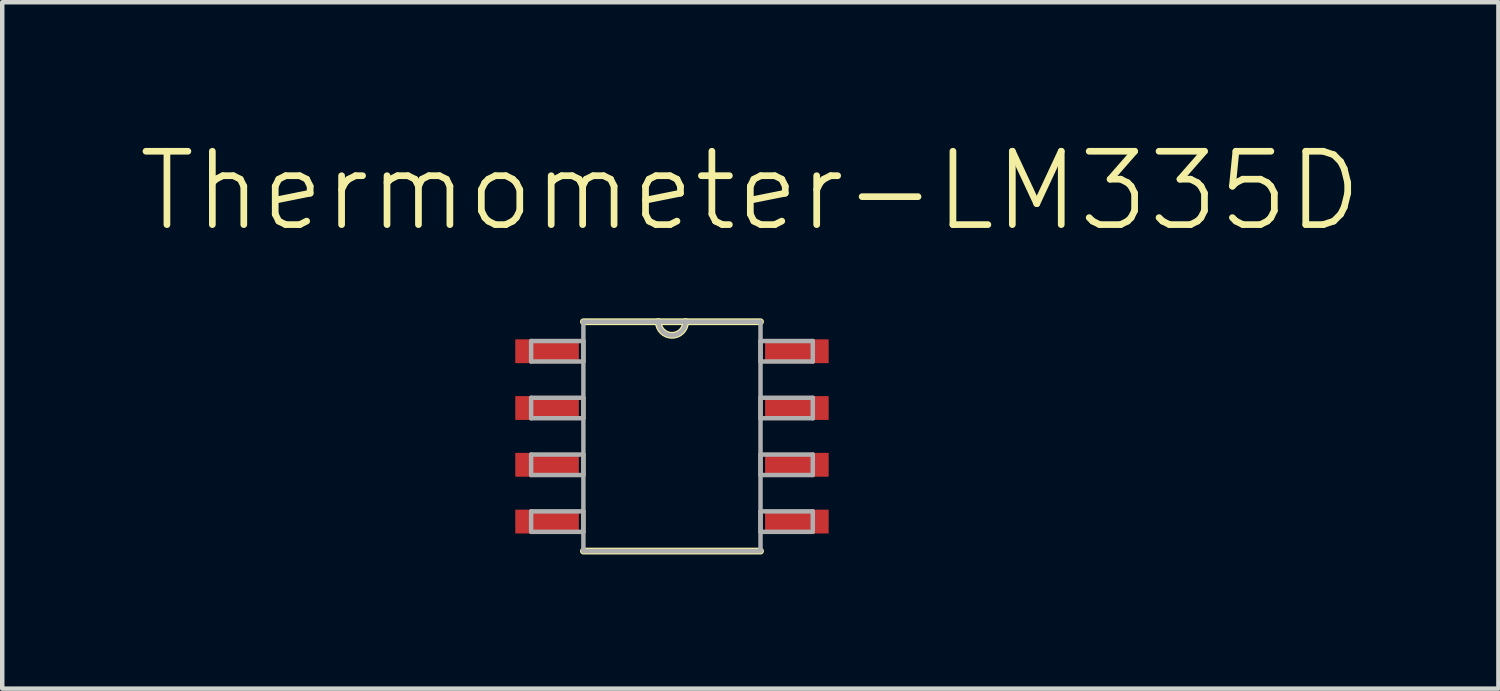
<source format=kicad_pcb>
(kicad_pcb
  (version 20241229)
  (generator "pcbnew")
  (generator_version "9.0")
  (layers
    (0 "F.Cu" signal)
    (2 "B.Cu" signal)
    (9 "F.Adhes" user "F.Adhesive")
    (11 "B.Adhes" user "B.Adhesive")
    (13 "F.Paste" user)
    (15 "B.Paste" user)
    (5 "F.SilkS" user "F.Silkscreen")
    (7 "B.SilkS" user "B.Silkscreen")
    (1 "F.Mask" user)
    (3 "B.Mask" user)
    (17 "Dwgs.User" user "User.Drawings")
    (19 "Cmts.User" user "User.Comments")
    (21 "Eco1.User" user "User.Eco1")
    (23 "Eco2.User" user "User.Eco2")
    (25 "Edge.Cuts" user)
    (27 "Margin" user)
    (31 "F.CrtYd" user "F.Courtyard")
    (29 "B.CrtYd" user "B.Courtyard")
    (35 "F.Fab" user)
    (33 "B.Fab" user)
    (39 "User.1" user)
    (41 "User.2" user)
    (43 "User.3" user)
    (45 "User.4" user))
  (footprint "Thermometer-LM335D"
    (layer "F.Cu")
    (at 11.981 6.712)
    (property "Reference" "Thermometer-LM335D" (at 1.753 -5.489 0) (layer "F.SilkS") (effects (font (size 1.641 1.641) (thickness 0.15))))
    (attr smd)
    (fp_line (start -1.981 2.565) (end 1.981 2.565) (stroke (width 0.152) (type solid)) (layer "F.SilkS"))
    (fp_line (start -0.305 -2.565) (end -1.981 -2.565) (stroke (width 0.152) (type solid)) (layer "F.SilkS"))
    (fp_line (start 0.305 -2.565) (end -0.305 -2.565) (stroke (width 0.152) (type solid)) (layer "F.SilkS"))
    (fp_line (start 1.981 -2.565) (end 0.305 -2.565) (stroke (width 0.152) (type solid)) (layer "F.SilkS"))
    (fp_arc (start 0.3048 -2.5654) (mid 0 -2.2606) (end -0.3048 -2.5654) (stroke (width 0.1524) (type solid)) (layer "F.SilkS"))
    (fp_line (start -3.15 -2.134) (end -3.15 -1.676) (stroke (width 0.1) (type solid)) (layer "F.Fab"))
    (fp_line (start -3.15 -1.676) (end -1.981 -1.676) (stroke (width 0.1) (type solid)) (layer "F.Fab"))
    (fp_line (start -3.15 -0.864) (end -3.15 -0.406) (stroke (width 0.1) (type solid)) (layer "F.Fab"))
    (fp_line (start -3.15 -0.406) (end -1.981 -0.406) (stroke (width 0.1) (type solid)) (layer "F.Fab"))
    (fp_line (start -3.15 0.406) (end -3.15 0.864) (stroke (width 0.1) (type solid)) (layer "F.Fab"))
    (fp_line (start -3.15 0.864) (end -1.981 0.864) (stroke (width 0.1) (type solid)) (layer "F.Fab"))
    (fp_line (start -3.15 1.676) (end -3.15 2.134) (stroke (width 0.1) (type solid)) (layer "F.Fab"))
    (fp_line (start -3.15 2.134) (end -1.981 2.134) (stroke (width 0.1) (type solid)) (layer "F.Fab"))
    (fp_line (start -1.981 -2.565) (end -1.981 2.565) (stroke (width 0.1) (type solid)) (layer "F.Fab"))
    (fp_line (start -1.981 -2.134) (end -3.15 -2.134) (stroke (width 0.1) (type solid)) (layer "F.Fab"))
    (fp_line (start -1.981 -1.676) (end -1.981 -2.134) (stroke (width 0.1) (type solid)) (layer "F.Fab"))
    (fp_line (start -1.981 -0.864) (end -3.15 -0.864) (stroke (width 0.1) (type solid)) (layer "F.Fab"))
    (fp_line (start -1.981 -0.406) (end -1.981 -0.864) (stroke (width 0.1) (type solid)) (layer "F.Fab"))
    (fp_line (start -1.981 0.406) (end -3.15 0.406) (stroke (width 0.1) (type solid)) (layer "F.Fab"))
    (fp_line (start -1.981 0.864) (end -1.981 0.406) (stroke (width 0.1) (type solid)) (layer "F.Fab"))
    (fp_line (start -1.981 1.676) (end -3.15 1.676) (stroke (width 0.1) (type solid)) (layer "F.Fab"))
    (fp_line (start -1.981 2.134) (end -1.981 1.676) (stroke (width 0.1) (type solid)) (layer "F.Fab"))
    (fp_line (start -1.981 2.565) (end 1.981 2.565) (stroke (width 0.1) (type solid)) (layer "F.Fab"))
    (fp_line (start -0.305 -2.565) (end -1.981 -2.565) (stroke (width 0.1) (type solid)) (layer "F.Fab"))
    (fp_line (start 0.305 -2.565) (end -0.305 -2.565) (stroke (width 0.1) (type solid)) (layer "F.Fab"))
    (fp_line (start 1.981 -2.565) (end 0.305 -2.565) (stroke (width 0.1) (type solid)) (layer "F.Fab"))
    (fp_line (start 1.981 -2.134) (end 1.981 -1.676) (stroke (width 0.1) (type solid)) (layer "F.Fab"))
    (fp_line (start 1.981 -1.676) (end 3.15 -1.676) (stroke (width 0.1) (type solid)) (layer "F.Fab"))
    (fp_line (start 1.981 -0.864) (end 1.981 -0.406) (stroke (width 0.1) (type solid)) (layer "F.Fab"))
    (fp_line (start 1.981 -0.406) (end 3.15 -0.406) (stroke (width 0.1) (type solid)) (layer "F.Fab"))
    (fp_line (start 1.981 0.406) (end 1.981 0.864) (stroke (width 0.1) (type solid)) (layer "F.Fab"))
    (fp_line (start 1.981 0.864) (end 3.15 0.864) (stroke (width 0.1) (type solid)) (layer "F.Fab"))
    (fp_line (start 1.981 1.676) (end 1.981 2.134) (stroke (width 0.1) (type solid)) (layer "F.Fab"))
    (fp_line (start 1.981 2.134) (end 3.15 2.134) (stroke (width 0.1) (type solid)) (layer "F.Fab"))
    (fp_line (start 1.981 2.565) (end 1.981 -2.565) (stroke (width 0.1) (type solid)) (layer "F.Fab"))
    (fp_line (start 3.15 -2.134) (end 1.981 -2.134) (stroke (width 0.1) (type solid)) (layer "F.Fab"))
    (fp_line (start 3.15 -1.676) (end 3.15 -2.134) (stroke (width 0.1) (type solid)) (layer "F.Fab"))
    (fp_line (start 3.15 -0.864) (end 1.981 -0.864) (stroke (width 0.1) (type solid)) (layer "F.Fab"))
    (fp_line (start 3.15 -0.406) (end 3.15 -0.864) (stroke (width 0.1) (type solid)) (layer "F.Fab"))
    (fp_line (start 3.15 0.406) (end 1.981 0.406) (stroke (width 0.1) (type solid)) (layer "F.Fab"))
    (fp_line (start 3.15 0.864) (end 3.15 0.406) (stroke (width 0.1) (type solid)) (layer "F.Fab"))
    (fp_line (start 3.15 1.676) (end 1.981 1.676) (stroke (width 0.1) (type solid)) (layer "F.Fab"))
    (fp_line (start 3.15 2.134) (end 3.15 1.676) (stroke (width 0.1) (type solid)) (layer "F.Fab"))
    (fp_arc (start 0.3048 -2.5654) (mid 0 -2.2606) (end -0.3048 -2.5654) (stroke (width 0.1) (type solid)) (layer "F.Fab"))
    (pad "1" smd rect (at -2.794 -1.905) (size 1.422 0.533) (layers "F.Cu" "F.Mask" "F.Paste"))
    (pad "2" smd rect (at -2.794 -0.635) (size 1.422 0.533) (layers "F.Cu" "F.Mask" "F.Paste"))
    (pad "3" smd rect (at -2.794 0.635) (size 1.422 0.533) (layers "F.Cu" "F.Mask" "F.Paste"))
    (pad "4" smd rect (at -2.794 1.905) (size 1.422 0.533) (layers "F.Cu" "F.Mask" "F.Paste"))
    (pad "5" smd rect (at 2.794 1.905) (size 1.422 0.533) (layers "F.Cu" "F.Mask" "F.Paste"))
    (pad "6" smd rect (at 2.794 0.635) (size 1.422 0.533) (layers "F.Cu" "F.Mask" "F.Paste"))
    (pad "7" smd rect (at 2.794 -0.635) (size 1.422 0.533) (layers "F.Cu" "F.Mask" "F.Paste"))
    (pad "8" smd rect (at 2.794 -1.905) (size 1.422 0.533) (layers "F.Cu" "F.Mask" "F.Paste")))
  (gr_rect
    (start -3 -3)
    (end 30.468 12.354)
    (stroke (width 0.1) (type default))
    (fill no)
    (layer "Edge.Cuts")))
</source>
